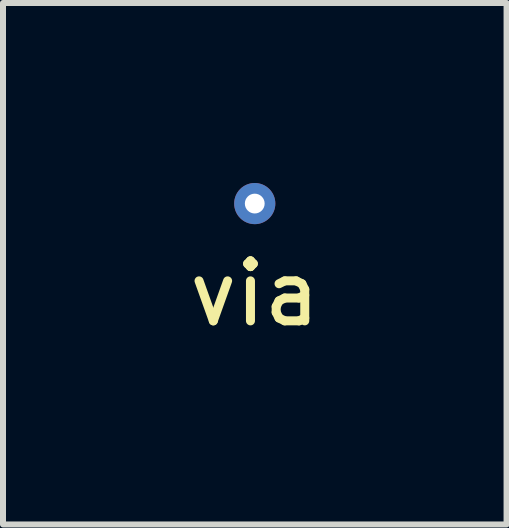
<source format=kicad_pcb>
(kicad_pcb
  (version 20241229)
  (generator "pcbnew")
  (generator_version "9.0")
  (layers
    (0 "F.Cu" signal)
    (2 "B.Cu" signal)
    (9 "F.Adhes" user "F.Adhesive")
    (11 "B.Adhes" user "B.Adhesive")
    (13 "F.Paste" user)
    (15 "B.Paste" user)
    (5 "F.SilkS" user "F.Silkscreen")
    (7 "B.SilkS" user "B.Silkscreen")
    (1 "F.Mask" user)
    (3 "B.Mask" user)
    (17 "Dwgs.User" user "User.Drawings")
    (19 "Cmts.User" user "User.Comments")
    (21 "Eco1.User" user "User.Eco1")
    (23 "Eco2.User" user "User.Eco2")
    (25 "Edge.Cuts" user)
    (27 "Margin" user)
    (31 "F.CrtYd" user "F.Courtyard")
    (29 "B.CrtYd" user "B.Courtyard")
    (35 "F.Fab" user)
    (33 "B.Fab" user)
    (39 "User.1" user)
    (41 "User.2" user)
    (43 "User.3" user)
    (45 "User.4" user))
  (footprint "via"
    (layer "F.Cu")
    (at 1.196 0.343)
    (property "Reference" "via" (at 0 1.5 0) (layer "F.SilkS") (effects (font (size 1 1) (thickness 0.15))))
    (attr through_hole)
    (pad "1" thru_hole circle (at 0 0) (size 0.686 0.686) (drill 0.33) (layers "*.Cu")))
  (gr_rect
    (start -3 -3)
    (end 5.393 5.691)
    (stroke (width 0.1) (type default))
    (fill no)
    (layer "Edge.Cuts")))
</source>
